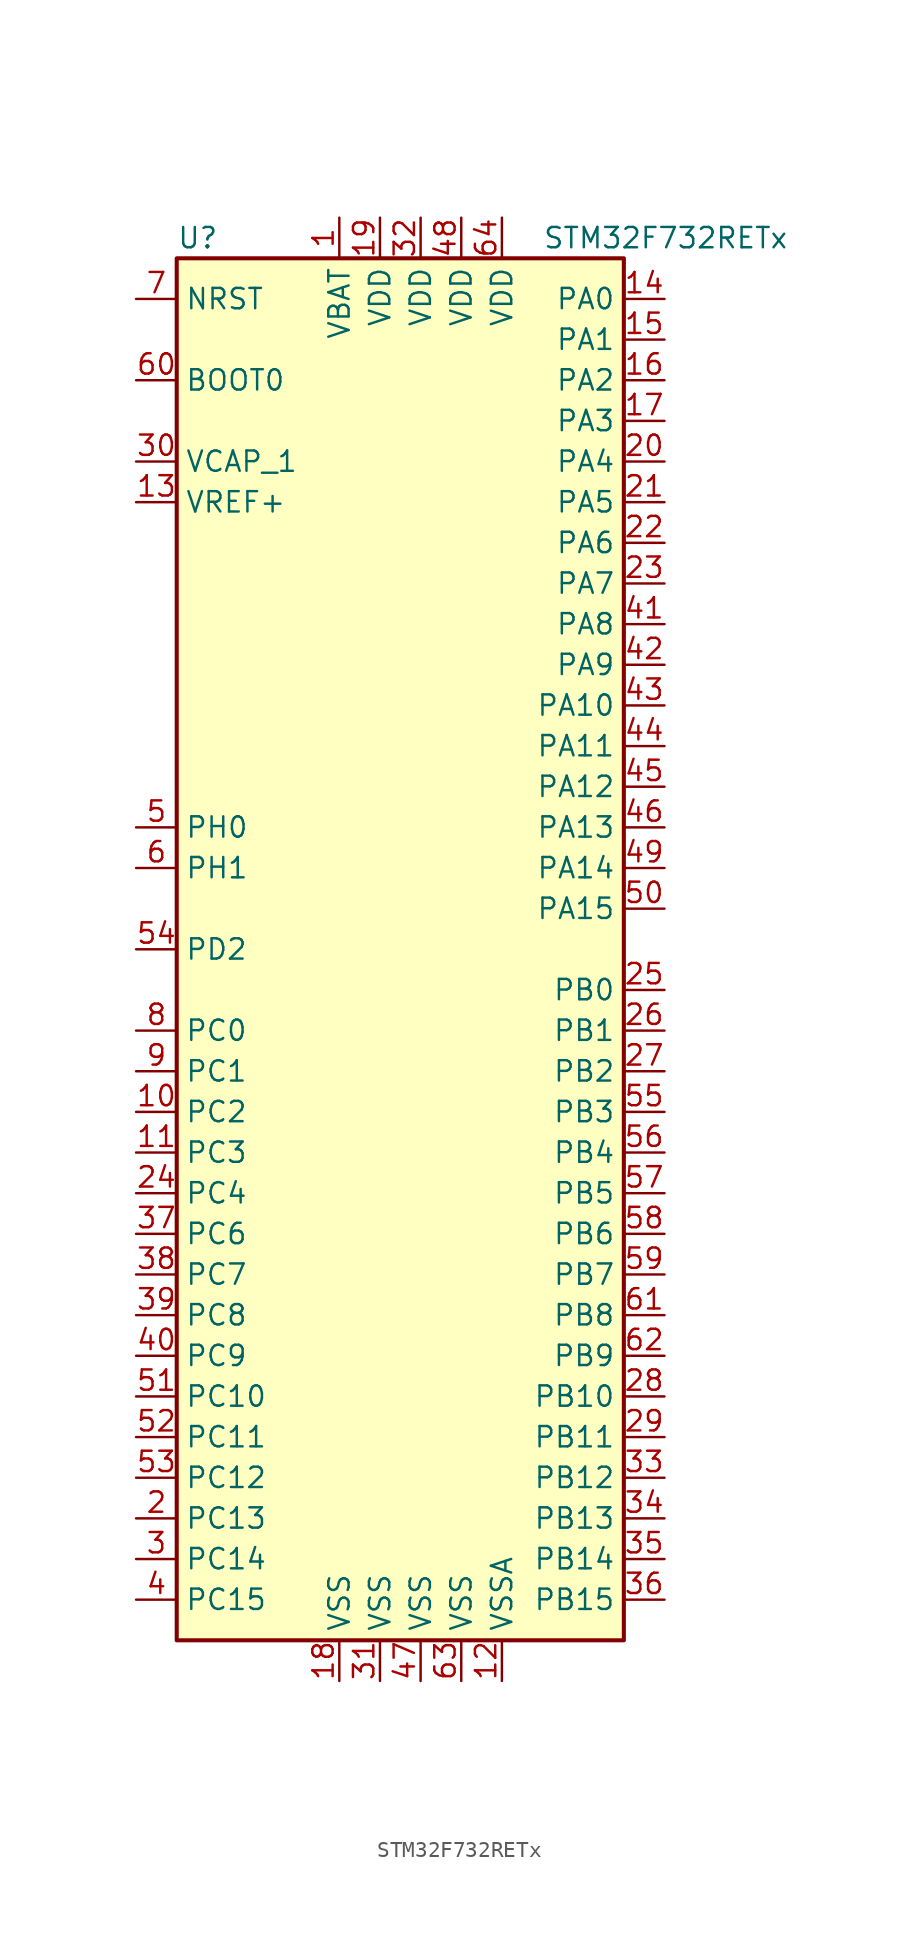
<source format=kicad_sym>
(kicad_symbol_lib
  (version 20201005)
  (generator kicad_symbol_editor)
  (symbol "STM32F732RETx"
    (property "Reference" "U"
      (at -15.24 44.45 0)
      (effects (font (size 1.27 1.27)) (justify left)))
    (property "Value" "STM32F732RETx"
      (at 7.62 44.45 0)
      (effects (font (size 1.27 1.27)) (justify left)))
    (symbol "STM32F732RETx_0_1"
      (rectangle (start -15.24 -43.18) (end 12.7 43.18) (stroke (width 0.254)) (fill (type background))))
    (symbol "STM32F732RETx_1_1"
      (pin power_in line (at -5.08 45.72 270) (length 2.54) (name "VBAT" (effects (font (size 1.27 1.27)))) (number "1" (effects (font (size 1.27 1.27)))))
      (pin bidirectional line (at -17.78 -10.16 0) (length 2.54) (name "PC2" (effects (font (size 1.27 1.27)))) (number "10" (effects (font (size 1.27 1.27)))))
      (pin bidirectional line (at -17.78 -12.7 0) (length 2.54) (name "PC3" (effects (font (size 1.27 1.27)))) (number "11" (effects (font (size 1.27 1.27)))))
      (pin power_in line (at 5.08 -45.72 90) (length 2.54) (name "VSSA" (effects (font (size 1.27 1.27)))) (number "12" (effects (font (size 1.27 1.27)))))
      (pin power_in line (at -17.78 27.94 0) (length 2.54) (name "VREF+" (effects (font (size 1.27 1.27)))) (number "13" (effects (font (size 1.27 1.27)))))
      (pin bidirectional line (at 15.24 40.64 180) (length 2.54) (name "PA0" (effects (font (size 1.27 1.27)))) (number "14" (effects (font (size 1.27 1.27)))))
      (pin bidirectional line (at 15.24 38.1 180) (length 2.54) (name "PA1" (effects (font (size 1.27 1.27)))) (number "15" (effects (font (size 1.27 1.27)))))
      (pin bidirectional line (at 15.24 35.56 180) (length 2.54) (name "PA2" (effects (font (size 1.27 1.27)))) (number "16" (effects (font (size 1.27 1.27)))))
      (pin bidirectional line (at 15.24 33.02 180) (length 2.54) (name "PA3" (effects (font (size 1.27 1.27)))) (number "17" (effects (font (size 1.27 1.27)))))
      (pin power_in line (at -5.08 -45.72 90) (length 2.54) (name "VSS" (effects (font (size 1.27 1.27)))) (number "18" (effects (font (size 1.27 1.27)))))
      (pin power_in line (at -2.54 45.72 270) (length 2.54) (name "VDD" (effects (font (size 1.27 1.27)))) (number "19" (effects (font (size 1.27 1.27)))))
      (pin bidirectional line (at -17.78 -35.56 0) (length 2.54) (name "PC13" (effects (font (size 1.27 1.27)))) (number "2" (effects (font (size 1.27 1.27)))))
      (pin bidirectional line (at 15.24 30.48 180) (length 2.54) (name "PA4" (effects (font (size 1.27 1.27)))) (number "20" (effects (font (size 1.27 1.27)))))
      (pin bidirectional line (at 15.24 27.94 180) (length 2.54) (name "PA5" (effects (font (size 1.27 1.27)))) (number "21" (effects (font (size 1.27 1.27)))))
      (pin bidirectional line (at 15.24 25.4 180) (length 2.54) (name "PA6" (effects (font (size 1.27 1.27)))) (number "22" (effects (font (size 1.27 1.27)))))
      (pin bidirectional line (at 15.24 22.86 180) (length 2.54) (name "PA7" (effects (font (size 1.27 1.27)))) (number "23" (effects (font (size 1.27 1.27)))))
      (pin bidirectional line (at -17.78 -15.24 0) (length 2.54) (name "PC4" (effects (font (size 1.27 1.27)))) (number "24" (effects (font (size 1.27 1.27)))))
      (pin bidirectional line (at 15.24 -2.54 180) (length 2.54) (name "PB0" (effects (font (size 1.27 1.27)))) (number "25" (effects (font (size 1.27 1.27)))))
      (pin bidirectional line (at 15.24 -5.08 180) (length 2.54) (name "PB1" (effects (font (size 1.27 1.27)))) (number "26" (effects (font (size 1.27 1.27)))))
      (pin bidirectional line (at 15.24 -7.62 180) (length 2.54) (name "PB2" (effects (font (size 1.27 1.27)))) (number "27" (effects (font (size 1.27 1.27)))))
      (pin bidirectional line (at 15.24 -27.94 180) (length 2.54) (name "PB10" (effects (font (size 1.27 1.27)))) (number "28" (effects (font (size 1.27 1.27)))))
      (pin bidirectional line (at 15.24 -30.48 180) (length 2.54) (name "PB11" (effects (font (size 1.27 1.27)))) (number "29" (effects (font (size 1.27 1.27)))))
      (pin bidirectional line (at -17.78 -38.1 0) (length 2.54) (name "PC14" (effects (font (size 1.27 1.27)))) (number "3" (effects (font (size 1.27 1.27)))))
      (pin power_in line (at -17.78 30.48 0) (length 2.54) (name "VCAP_1" (effects (font (size 1.27 1.27)))) (number "30" (effects (font (size 1.27 1.27)))))
      (pin power_in line (at -2.54 -45.72 90) (length 2.54) (name "VSS" (effects (font (size 1.27 1.27)))) (number "31" (effects (font (size 1.27 1.27)))))
      (pin power_in line (at 0 45.72 270) (length 2.54) (name "VDD" (effects (font (size 1.27 1.27)))) (number "32" (effects (font (size 1.27 1.27)))))
      (pin bidirectional line (at 15.24 -33.02 180) (length 2.54) (name "PB12" (effects (font (size 1.27 1.27)))) (number "33" (effects (font (size 1.27 1.27)))))
      (pin bidirectional line (at 15.24 -35.56 180) (length 2.54) (name "PB13" (effects (font (size 1.27 1.27)))) (number "34" (effects (font (size 1.27 1.27)))))
      (pin bidirectional line (at 15.24 -38.1 180) (length 2.54) (name "PB14" (effects (font (size 1.27 1.27)))) (number "35" (effects (font (size 1.27 1.27)))))
      (pin bidirectional line (at 15.24 -40.64 180) (length 2.54) (name "PB15" (effects (font (size 1.27 1.27)))) (number "36" (effects (font (size 1.27 1.27)))))
      (pin bidirectional line (at -17.78 -17.78 0) (length 2.54) (name "PC6" (effects (font (size 1.27 1.27)))) (number "37" (effects (font (size 1.27 1.27)))))
      (pin bidirectional line (at -17.78 -20.32 0) (length 2.54) (name "PC7" (effects (font (size 1.27 1.27)))) (number "38" (effects (font (size 1.27 1.27)))))
      (pin bidirectional line (at -17.78 -22.86 0) (length 2.54) (name "PC8" (effects (font (size 1.27 1.27)))) (number "39" (effects (font (size 1.27 1.27)))))
      (pin bidirectional line (at -17.78 -40.64 0) (length 2.54) (name "PC15" (effects (font (size 1.27 1.27)))) (number "4" (effects (font (size 1.27 1.27)))))
      (pin bidirectional line (at -17.78 -25.4 0) (length 2.54) (name "PC9" (effects (font (size 1.27 1.27)))) (number "40" (effects (font (size 1.27 1.27)))))
      (pin bidirectional line (at 15.24 20.32 180) (length 2.54) (name "PA8" (effects (font (size 1.27 1.27)))) (number "41" (effects (font (size 1.27 1.27)))))
      (pin bidirectional line (at 15.24 17.78 180) (length 2.54) (name "PA9" (effects (font (size 1.27 1.27)))) (number "42" (effects (font (size 1.27 1.27)))))
      (pin bidirectional line (at 15.24 15.24 180) (length 2.54) (name "PA10" (effects (font (size 1.27 1.27)))) (number "43" (effects (font (size 1.27 1.27)))))
      (pin bidirectional line (at 15.24 12.7 180) (length 2.54) (name "PA11" (effects (font (size 1.27 1.27)))) (number "44" (effects (font (size 1.27 1.27)))))
      (pin bidirectional line (at 15.24 10.16 180) (length 2.54) (name "PA12" (effects (font (size 1.27 1.27)))) (number "45" (effects (font (size 1.27 1.27)))))
      (pin bidirectional line (at 15.24 7.62 180) (length 2.54) (name "PA13" (effects (font (size 1.27 1.27)))) (number "46" (effects (font (size 1.27 1.27)))))
      (pin power_in line (at 0 -45.72 90) (length 2.54) (name "VSS" (effects (font (size 1.27 1.27)))) (number "47" (effects (font (size 1.27 1.27)))))
      (pin power_in line (at 2.54 45.72 270) (length 2.54) (name "VDD" (effects (font (size 1.27 1.27)))) (number "48" (effects (font (size 1.27 1.27)))))
      (pin bidirectional line (at 15.24 5.08 180) (length 2.54) (name "PA14" (effects (font (size 1.27 1.27)))) (number "49" (effects (font (size 1.27 1.27)))))
      (pin input line (at -17.78 7.62 0) (length 2.54) (name "PH0" (effects (font (size 1.27 1.27)))) (number "5" (effects (font (size 1.27 1.27)))))
      (pin bidirectional line (at 15.24 2.54 180) (length 2.54) (name "PA15" (effects (font (size 1.27 1.27)))) (number "50" (effects (font (size 1.27 1.27)))))
      (pin bidirectional line (at -17.78 -27.94 0) (length 2.54) (name "PC10" (effects (font (size 1.27 1.27)))) (number "51" (effects (font (size 1.27 1.27)))))
      (pin bidirectional line (at -17.78 -30.48 0) (length 2.54) (name "PC11" (effects (font (size 1.27 1.27)))) (number "52" (effects (font (size 1.27 1.27)))))
      (pin bidirectional line (at -17.78 -33.02 0) (length 2.54) (name "PC12" (effects (font (size 1.27 1.27)))) (number "53" (effects (font (size 1.27 1.27)))))
      (pin bidirectional line (at -17.78 0 0) (length 2.54) (name "PD2" (effects (font (size 1.27 1.27)))) (number "54" (effects (font (size 1.27 1.27)))))
      (pin bidirectional line (at 15.24 -10.16 180) (length 2.54) (name "PB3" (effects (font (size 1.27 1.27)))) (number "55" (effects (font (size 1.27 1.27)))))
      (pin bidirectional line (at 15.24 -12.7 180) (length 2.54) (name "PB4" (effects (font (size 1.27 1.27)))) (number "56" (effects (font (size 1.27 1.27)))))
      (pin bidirectional line (at 15.24 -15.24 180) (length 2.54) (name "PB5" (effects (font (size 1.27 1.27)))) (number "57" (effects (font (size 1.27 1.27)))))
      (pin bidirectional line (at 15.24 -17.78 180) (length 2.54) (name "PB6" (effects (font (size 1.27 1.27)))) (number "58" (effects (font (size 1.27 1.27)))))
      (pin bidirectional line (at 15.24 -20.32 180) (length 2.54) (name "PB7" (effects (font (size 1.27 1.27)))) (number "59" (effects (font (size 1.27 1.27)))))
      (pin input line (at -17.78 5.08 0) (length 2.54) (name "PH1" (effects (font (size 1.27 1.27)))) (number "6" (effects (font (size 1.27 1.27)))))
      (pin input line (at -17.78 35.56 0) (length 2.54) (name "BOOT0" (effects (font (size 1.27 1.27)))) (number "60" (effects (font (size 1.27 1.27)))))
      (pin bidirectional line (at 15.24 -22.86 180) (length 2.54) (name "PB8" (effects (font (size 1.27 1.27)))) (number "61" (effects (font (size 1.27 1.27)))))
      (pin bidirectional line (at 15.24 -25.4 180) (length 2.54) (name "PB9" (effects (font (size 1.27 1.27)))) (number "62" (effects (font (size 1.27 1.27)))))
      (pin power_in line (at 2.54 -45.72 90) (length 2.54) (name "VSS" (effects (font (size 1.27 1.27)))) (number "63" (effects (font (size 1.27 1.27)))))
      (pin power_in line (at 5.08 45.72 270) (length 2.54) (name "VDD" (effects (font (size 1.27 1.27)))) (number "64" (effects (font (size 1.27 1.27)))))
      (pin input line (at -17.78 40.64 0) (length 2.54) (name "NRST" (effects (font (size 1.27 1.27)))) (number "7" (effects (font (size 1.27 1.27)))))
      (pin bidirectional line (at -17.78 -5.08 0) (length 2.54) (name "PC0" (effects (font (size 1.27 1.27)))) (number "8" (effects (font (size 1.27 1.27)))))
      (pin bidirectional line (at -17.78 -7.62 0) (length 2.54) (name "PC1" (effects (font (size 1.27 1.27)))) (number "9" (effects (font (size 1.27 1.27))))))))
</source>
